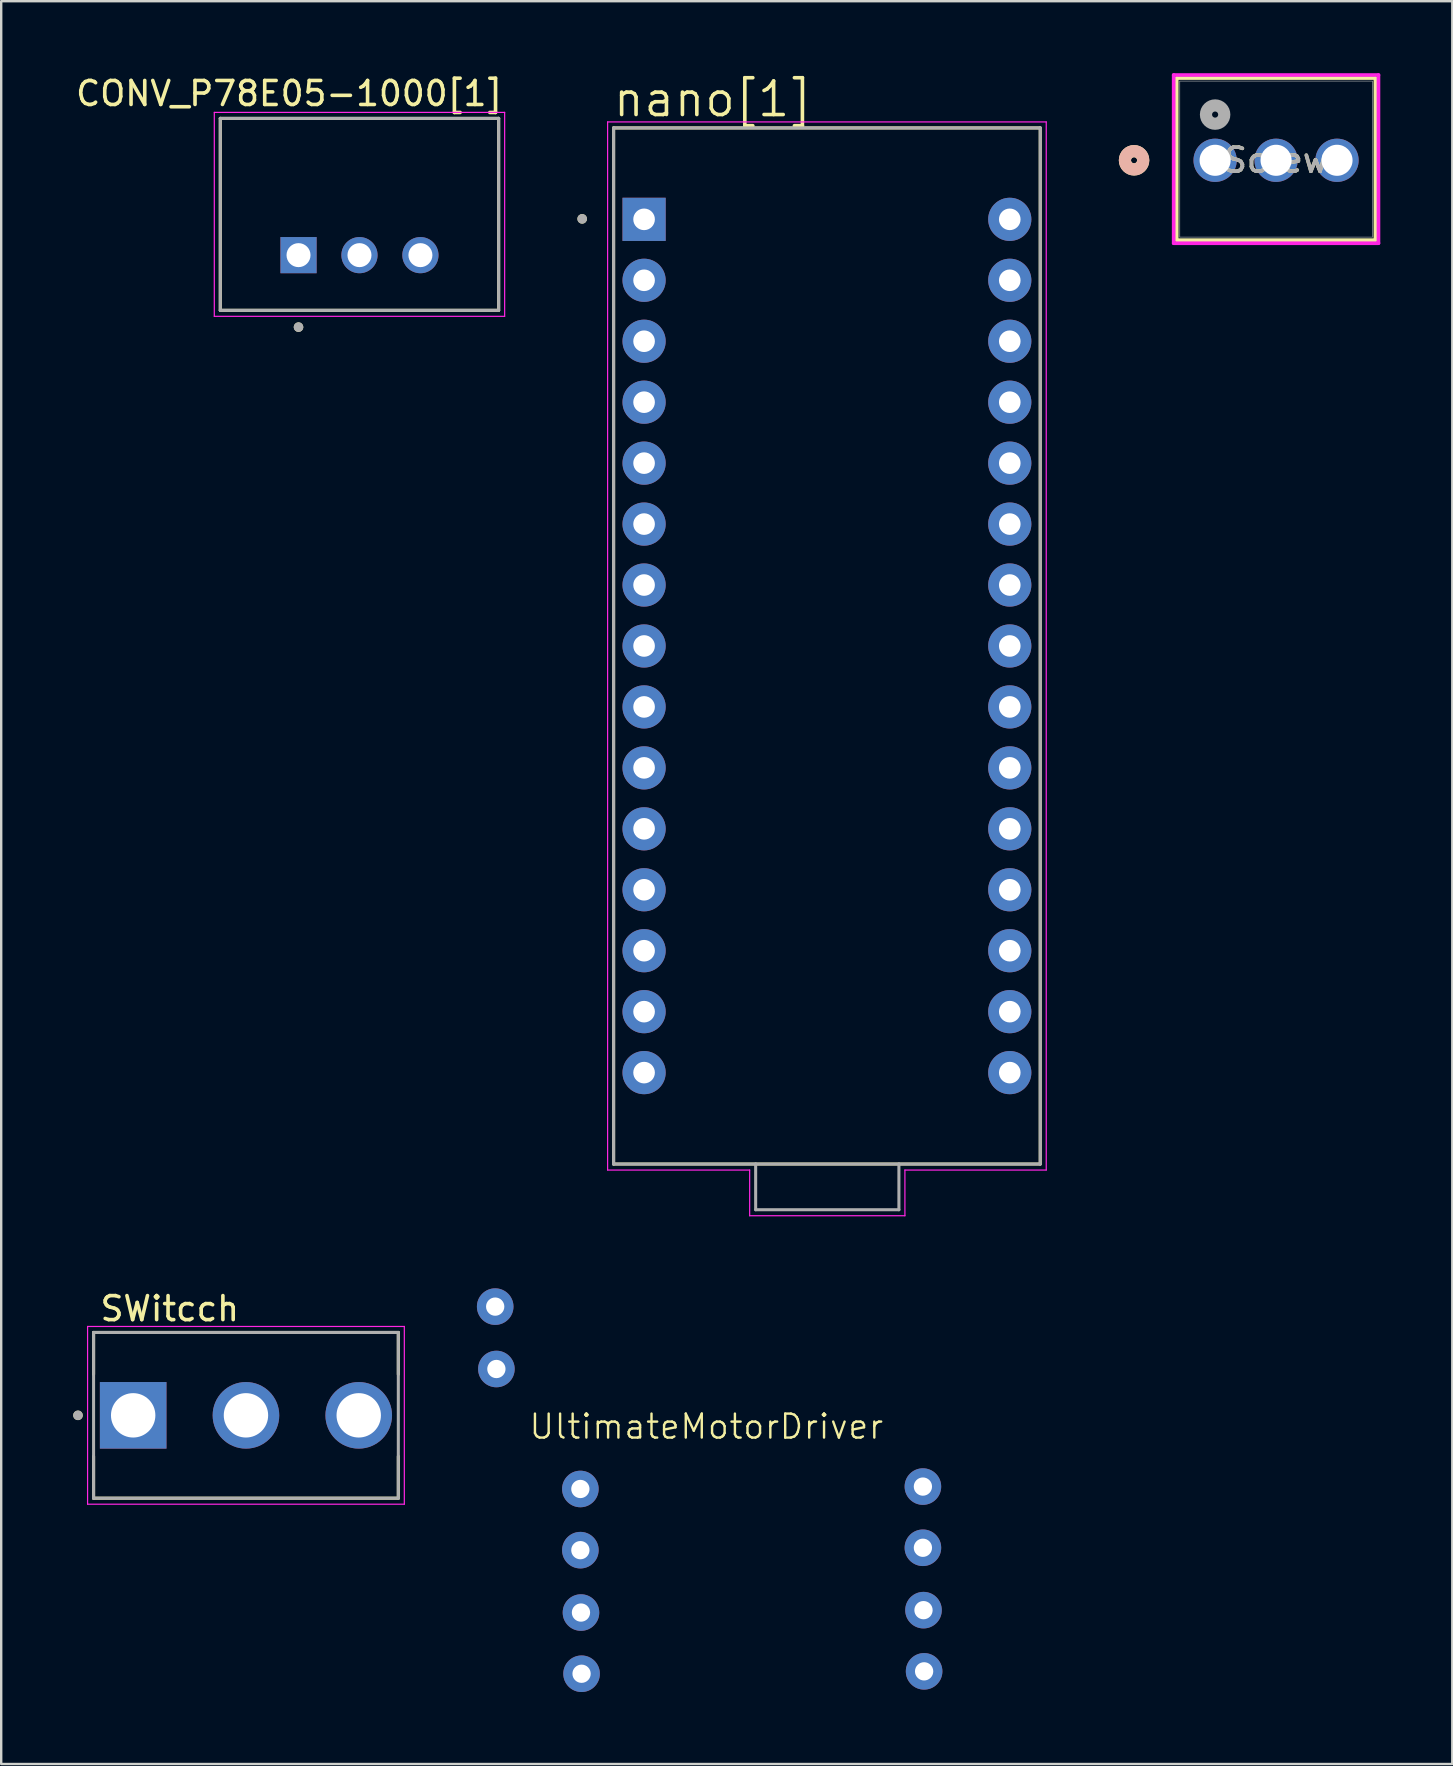
<source format=kicad_pcb>
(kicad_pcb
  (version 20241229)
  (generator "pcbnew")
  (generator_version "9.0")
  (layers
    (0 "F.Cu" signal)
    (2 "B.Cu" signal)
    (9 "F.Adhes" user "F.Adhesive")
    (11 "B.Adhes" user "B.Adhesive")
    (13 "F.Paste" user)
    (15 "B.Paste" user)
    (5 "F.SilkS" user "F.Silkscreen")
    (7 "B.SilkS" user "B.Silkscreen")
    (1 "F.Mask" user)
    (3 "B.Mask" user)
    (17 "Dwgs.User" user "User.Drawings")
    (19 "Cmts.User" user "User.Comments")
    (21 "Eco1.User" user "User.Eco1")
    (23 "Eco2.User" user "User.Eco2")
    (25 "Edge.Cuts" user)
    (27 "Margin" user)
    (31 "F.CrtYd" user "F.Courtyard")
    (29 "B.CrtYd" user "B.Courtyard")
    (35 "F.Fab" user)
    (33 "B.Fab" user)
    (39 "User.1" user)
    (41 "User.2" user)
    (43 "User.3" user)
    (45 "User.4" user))
  (footprint "nano[1]"
    (layer "F.Cu")
    (at 31.412 23.871)
    (property "Reference" "nano[1]" (at -4.755 -22.789 0) (layer "F.SilkS") (effects (font (size 1.4 1.4) (thickness 0.15))))
    (attr through_hole)
    (fp_line (start -8.89 -21.59) (end 8.89 -21.59) (stroke (width 0.127) (type solid)) (layer "F.SilkS"))
    (fp_line (start -8.89 21.59) (end -8.89 -21.59) (stroke (width 0.127) (type solid)) (layer "F.SilkS"))
    (fp_line (start 8.89 -21.59) (end 8.89 21.59) (stroke (width 0.127) (type solid)) (layer "F.SilkS"))
    (fp_line (start 8.89 21.59) (end -8.89 21.59) (stroke (width 0.127) (type solid)) (layer "F.SilkS"))
    (fp_circle (center -10.2 -17.8) (end -10.1 -17.8) (stroke (width 0.2) (type solid)) (fill no) (layer "F.SilkS"))
    (fp_line (start -9.14 -21.84) (end 9.14 -21.84) (stroke (width 0.05) (type solid)) (layer "F.CrtYd"))
    (fp_line (start -9.14 21.84) (end -9.14 -21.84) (stroke (width 0.05) (type solid)) (layer "F.CrtYd"))
    (fp_line (start -9.14 21.84) (end -3.22 21.84) (stroke (width 0.05) (type solid)) (layer "F.CrtYd"))
    (fp_line (start -3.22 21.84) (end -3.22 23.745) (stroke (width 0.05) (type solid)) (layer "F.CrtYd"))
    (fp_line (start -3.22 23.745) (end 3.25 23.745) (stroke (width 0.05) (type solid)) (layer "F.CrtYd"))
    (fp_line (start 3.25 21.84) (end 9.14 21.84) (stroke (width 0.05) (type solid)) (layer "F.CrtYd"))
    (fp_line (start 3.25 23.745) (end 3.25 21.84) (stroke (width 0.05) (type solid)) (layer "F.CrtYd"))
    (fp_line (start 9.14 -21.84) (end 9.14 21.84) (stroke (width 0.05) (type solid)) (layer "F.CrtYd"))
    (fp_line (start -8.89 -21.59) (end 8.89 -21.59) (stroke (width 0.127) (type solid)) (layer "F.Fab"))
    (fp_line (start -8.89 21.59) (end -8.89 -21.59) (stroke (width 0.127) (type solid)) (layer "F.Fab"))
    (fp_line (start -2.97 21.59) (end -8.89 21.59) (stroke (width 0.127) (type solid)) (layer "F.Fab"))
    (fp_line (start -2.97 21.59) (end -2.97 23.495) (stroke (width 0.127) (type solid)) (layer "F.Fab"))
    (fp_line (start -2.97 23.495) (end 3 23.495) (stroke (width 0.127) (type solid)) (layer "F.Fab"))
    (fp_line (start 3 21.59) (end -2.97 21.59) (stroke (width 0.127) (type solid)) (layer "F.Fab"))
    (fp_line (start 3 23.495) (end 3 21.59) (stroke (width 0.127) (type solid)) (layer "F.Fab"))
    (fp_line (start 8.89 -21.59) (end 8.89 21.59) (stroke (width 0.127) (type solid)) (layer "F.Fab"))
    (fp_line (start 8.89 21.59) (end 3 21.59) (stroke (width 0.127) (type solid)) (layer "F.Fab"))
    (fp_circle (center -10.2 -17.8) (end -10.1 -17.8) (stroke (width 0.2) (type solid)) (fill no) (layer "F.Fab"))
    (pad "1" thru_hole rect (at -7.62 -17.78) (size 1.8 1.8) (drill 0.9) (layers "*.Cu" "*.Mask"))
    (pad "2" thru_hole circle (at -7.62 -15.24) (size 1.8 1.8) (drill 0.9) (layers "*.Cu" "*.Mask"))
    (pad "3" thru_hole circle (at -7.62 -12.7) (size 1.8 1.8) (drill 0.9) (layers "*.Cu" "*.Mask"))
    (pad "4" thru_hole circle (at -7.62 -10.16) (size 1.8 1.8) (drill 0.9) (layers "*.Cu" "*.Mask"))
    (pad "5" thru_hole circle (at -7.62 -7.62) (size 1.8 1.8) (drill 0.9) (layers "*.Cu" "*.Mask"))
    (pad "6" thru_hole circle (at -7.62 -5.08) (size 1.8 1.8) (drill 0.9) (layers "*.Cu" "*.Mask"))
    (pad "7" thru_hole circle (at -7.62 -2.54) (size 1.8 1.8) (drill 0.9) (layers "*.Cu" "*.Mask"))
    (pad "8" thru_hole circle (at -7.62 0) (size 1.8 1.8) (drill 0.9) (layers "*.Cu" "*.Mask"))
    (pad "9" thru_hole circle (at -7.62 2.54) (size 1.8 1.8) (drill 0.9) (layers "*.Cu" "*.Mask"))
    (pad "10" thru_hole circle (at -7.62 5.08) (size 1.8 1.8) (drill 0.9) (layers "*.Cu" "*.Mask"))
    (pad "11" thru_hole circle (at -7.62 7.62) (size 1.8 1.8) (drill 0.9) (layers "*.Cu" "*.Mask"))
    (pad "12" thru_hole circle (at -7.62 10.16) (size 1.8 1.8) (drill 0.9) (layers "*.Cu" "*.Mask"))
    (pad "13" thru_hole circle (at -7.62 12.7) (size 1.8 1.8) (drill 0.9) (layers "*.Cu" "*.Mask"))
    (pad "14" thru_hole circle (at -7.62 15.24) (size 1.8 1.8) (drill 0.9) (layers "*.Cu" "*.Mask"))
    (pad "15" thru_hole circle (at -7.62 17.78) (size 1.8 1.8) (drill 0.9) (layers "*.Cu" "*.Mask"))
    (pad "16" thru_hole circle (at 7.62 17.78) (size 1.8 1.8) (drill 0.9) (layers "*.Cu" "*.Mask"))
    (pad "17" thru_hole circle (at 7.62 15.24) (size 1.8 1.8) (drill 0.9) (layers "*.Cu" "*.Mask"))
    (pad "18" thru_hole circle (at 7.62 12.7) (size 1.8 1.8) (drill 0.9) (layers "*.Cu" "*.Mask"))
    (pad "19" thru_hole circle (at 7.62 10.16) (size 1.8 1.8) (drill 0.9) (layers "*.Cu" "*.Mask"))
    (pad "20" thru_hole circle (at 7.62 7.62) (size 1.8 1.8) (drill 0.9) (layers "*.Cu" "*.Mask"))
    (pad "21" thru_hole circle (at 7.62 5.08) (size 1.8 1.8) (drill 0.9) (layers "*.Cu" "*.Mask"))
    (pad "22" thru_hole circle (at 7.62 2.54) (size 1.8 1.8) (drill 0.9) (layers "*.Cu" "*.Mask"))
    (pad "23" thru_hole circle (at 7.62 0) (size 1.8 1.8) (drill 0.9) (layers "*.Cu" "*.Mask"))
    (pad "24" thru_hole circle (at 7.62 -2.54) (size 1.8 1.8) (drill 0.9) (layers "*.Cu" "*.Mask"))
    (pad "25" thru_hole circle (at 7.62 -5.08) (size 1.8 1.8) (drill 0.9) (layers "*.Cu" "*.Mask"))
    (pad "26" thru_hole circle (at 7.62 -7.62) (size 1.8 1.8) (drill 0.9) (layers "*.Cu" "*.Mask"))
    (pad "27" thru_hole circle (at 7.62 -10.16) (size 1.8 1.8) (drill 0.9) (layers "*.Cu" "*.Mask"))
    (pad "28" thru_hole circle (at 7.62 -12.7) (size 1.8 1.8) (drill 0.9) (layers "*.Cu" "*.Mask"))
    (pad "29" thru_hole circle (at 7.62 -15.24) (size 1.8 1.8) (drill 0.9) (layers "*.Cu" "*.Mask"))
    (pad "30" thru_hole circle (at 7.62 -17.78) (size 1.8 1.8) (drill 0.9) (layers "*.Cu" "*.Mask")))
  (footprint "UltimateMotorDriver"
    (layer "F.Cu")
    (at 26.387 56.903)
    (property "Reference" "UltimateMotorDriver" (at 0 -0.5 0) (unlocked yes) (layer "F.SilkS") (effects (font (size 1 1) (thickness 0.1))))
    (attr through_hole)
    (pad "1" thru_hole circle (at -8.8 -5.5) (size 1.524 1.524) (drill 0.762) (layers "*.Cu" "*.Mask"))
    (pad "2" thru_hole circle (at -8.75 -2.9) (size 1.524 1.524) (drill 0.762) (layers "*.Cu" "*.Mask"))
    (pad "3" thru_hole circle (at -5.25 2.1) (size 1.524 1.524) (drill 0.762) (layers "*.Cu" "*.Mask"))
    (pad "4" thru_hole circle (at -5.25 4.65) (size 1.524 1.524) (drill 0.762) (layers "*.Cu" "*.Mask"))
    (pad "5" thru_hole circle (at -5.225 7.25) (size 1.524 1.524) (drill 0.762) (layers "*.Cu" "*.Mask"))
    (pad "6" thru_hole circle (at -5.2 9.8) (size 1.524 1.524) (drill 0.762) (layers "*.Cu" "*.Mask"))
    (pad "7" thru_hole circle (at 9.025 2) (size 1.524 1.524) (drill 0.762) (layers "*.Cu" "*.Mask"))
    (pad "8" thru_hole circle (at 9.025 4.55) (size 1.524 1.524) (drill 0.762) (layers "*.Cu" "*.Mask"))
    (pad "9" thru_hole circle (at 9.05 7.15) (size 1.524 1.524) (drill 0.762) (layers "*.Cu" "*.Mask"))
    (pad "10" thru_hole circle (at 9.075 9.7) (size 1.524 1.524) (drill 0.762) (layers "*.Cu" "*.Mask")))
  (footprint "SWitcch"
    (layer "F.Cu")
    (at 7.2 55.934)
    (property "Reference" "SWitcch" (at -3.175 -4.445 0) (layer "F.SilkS") (effects (font (size 1 1) (thickness 0.15))))
    (attr through_hole)
    (fp_line (start -6.35 -3.454) (end 6.35 -3.454) (stroke (width 0.127) (type solid)) (layer "F.SilkS"))
    (fp_line (start -6.35 -1.708) (end -6.35 -3.454) (stroke (width 0.127) (type solid)) (layer "F.SilkS"))
    (fp_line (start -6.35 3.454) (end -6.35 1.708) (stroke (width 0.127) (type solid)) (layer "F.SilkS"))
    (fp_line (start 6.35 -3.454) (end 6.35 -1.708) (stroke (width 0.127) (type solid)) (layer "F.SilkS"))
    (fp_line (start 6.35 3.454) (end -6.35 3.454) (stroke (width 0.127) (type solid)) (layer "F.SilkS"))
    (fp_line (start 6.35 3.454) (end 6.35 1.708) (stroke (width 0.127) (type solid)) (layer "F.SilkS"))
    (fp_circle (center -7 0) (end -6.9 0) (stroke (width 0.2) (type solid)) (fill no) (layer "F.SilkS"))
    (fp_line (start -6.6 -3.704) (end -6.6 3.704) (stroke (width 0.05) (type solid)) (layer "F.CrtYd"))
    (fp_line (start -6.6 3.704) (end 6.6 3.704) (stroke (width 0.05) (type solid)) (layer "F.CrtYd"))
    (fp_line (start 6.6 -3.704) (end -6.6 -3.704) (stroke (width 0.05) (type solid)) (layer "F.CrtYd"))
    (fp_line (start 6.6 3.704) (end 6.6 -3.704) (stroke (width 0.05) (type solid)) (layer "F.CrtYd"))
    (fp_line (start -6.35 -3.454) (end 6.35 -3.454) (stroke (width 0.127) (type solid)) (layer "F.Fab"))
    (fp_line (start -6.35 3.454) (end -6.35 -3.454) (stroke (width 0.127) (type solid)) (layer "F.Fab"))
    (fp_line (start 6.35 -3.454) (end 6.35 3.454) (stroke (width 0.127) (type solid)) (layer "F.Fab"))
    (fp_line (start 6.35 3.454) (end -6.35 3.454) (stroke (width 0.127) (type solid)) (layer "F.Fab"))
    (fp_circle (center -7 0) (end -6.9 0) (stroke (width 0.2) (type solid)) (fill no) (layer "F.Fab"))
    (pad "1" thru_hole rect (at -4.7 0) (size 2.775 2.775) (drill 1.85) (layers "*.Cu" "*.Mask"))
    (pad "2" thru_hole circle (at 0 0) (size 2.775 2.775) (drill 1.85) (layers "*.Cu" "*.Mask"))
    (pad "3" thru_hole circle (at 4.7 0) (size 2.775 2.775) (drill 1.85) (layers "*.Cu" "*.Mask")))
  (footprint "CONV_P78E05-1000[1]"
    (layer "F.Cu")
    (at 11.931 7.583)
    (property "Reference" "CONV_P78E05-1000[1]" (at -2.925 -6.735 0) (layer "F.SilkS") (effects (font (size 1 1) (thickness 0.15))))
    (attr through_hole)
    (fp_line (start -5.8 -5.7) (end 5.8 -5.7) (stroke (width 0.127) (type solid)) (layer "F.SilkS"))
    (fp_line (start -5.8 2.3) (end -5.8 -5.7) (stroke (width 0.127) (type solid)) (layer "F.SilkS"))
    (fp_line (start 5.8 -5.7) (end 5.8 2.3) (stroke (width 0.127) (type solid)) (layer "F.SilkS"))
    (fp_line (start 5.8 2.3) (end -5.8 2.3) (stroke (width 0.127) (type solid)) (layer "F.SilkS"))
    (fp_circle (center -2.54 3) (end -2.44 3) (stroke (width 0.2) (type solid)) (fill no) (layer "F.SilkS"))
    (fp_line (start -6.05 -5.95) (end 6.05 -5.95) (stroke (width 0.05) (type solid)) (layer "F.CrtYd"))
    (fp_line (start -6.05 2.55) (end -6.05 -5.95) (stroke (width 0.05) (type solid)) (layer "F.CrtYd"))
    (fp_line (start 6.05 -5.95) (end 6.05 2.55) (stroke (width 0.05) (type solid)) (layer "F.CrtYd"))
    (fp_line (start 6.05 2.55) (end -6.05 2.55) (stroke (width 0.05) (type solid)) (layer "F.CrtYd"))
    (fp_line (start -5.8 -5.7) (end 5.8 -5.7) (stroke (width 0.127) (type solid)) (layer "F.Fab"))
    (fp_line (start -5.8 2.3) (end -5.8 -5.7) (stroke (width 0.127) (type solid)) (layer "F.Fab"))
    (fp_line (start 5.8 -5.7) (end 5.8 2.3) (stroke (width 0.127) (type solid)) (layer "F.Fab"))
    (fp_line (start 5.8 2.3) (end -5.8 2.3) (stroke (width 0.127) (type solid)) (layer "F.Fab"))
    (fp_circle (center -2.54 3) (end -2.44 3) (stroke (width 0.2) (type solid)) (fill no) (layer "F.Fab"))
    (pad "1" thru_hole rect (at -2.54 0) (size 1.508 1.508) (drill 1) (layers "*.Cu" "*.Mask"))
    (pad "2" thru_hole circle (at 0 0) (size 1.508 1.508) (drill 1) (layers "*.Cu" "*.Mask"))
    (pad "3" thru_hole circle (at 2.54 0) (size 1.508 1.508) (drill 1) (layers "*.Cu" "*.Mask")))
  (footprint "Screw"
    (layer "F.Cu")
    (at 47.59 3.63)
    (property "Reference" "Screw" (at 2.54 0 0) (unlocked yes) (layer "F.SilkS") (effects (font (size 1 1) (thickness 0.15))))
    (attr through_hole)
    (fp_line (start -1.6 -3.427) (end -1.6 3.329) (stroke (width 0.152) (type solid)) (layer "F.SilkS"))
    (fp_line (start -1.6 3.329) (end 6.68 3.329) (stroke (width 0.152) (type solid)) (layer "F.SilkS"))
    (fp_line (start 6.68 -3.427) (end -1.6 -3.427) (stroke (width 0.152) (type solid)) (layer "F.SilkS"))
    (fp_line (start 6.68 3.329) (end 6.68 -3.427) (stroke (width 0.152) (type solid)) (layer "F.SilkS"))
    (fp_circle (center -3.378 0) (end -2.997 0) (stroke (width 0.508) (type solid)) (fill no) (layer "F.SilkS"))
    (fp_circle (center -3.378 0) (end -2.997 0) (stroke (width 0.508) (type solid)) (fill no) (layer "B.SilkS"))
    (fp_line (start -1.727 -3.554) (end -1.727 3.456) (stroke (width 0.152) (type solid)) (layer "F.CrtYd"))
    (fp_line (start -1.727 3.456) (end 6.807 3.456) (stroke (width 0.152) (type solid)) (layer "F.CrtYd"))
    (fp_line (start 6.807 -3.554) (end -1.727 -3.554) (stroke (width 0.152) (type solid)) (layer "F.CrtYd"))
    (fp_line (start 6.807 3.456) (end 6.807 -3.554) (stroke (width 0.152) (type solid)) (layer "F.CrtYd"))
    (fp_line (start -1.473 -3.3) (end -1.473 3.202) (stroke (width 0.025) (type solid)) (layer "F.Fab"))
    (fp_line (start -1.473 3.202) (end 6.553 3.202) (stroke (width 0.025) (type solid)) (layer "F.Fab"))
    (fp_line (start 6.553 -3.3) (end -1.473 -3.3) (stroke (width 0.025) (type solid)) (layer "F.Fab"))
    (fp_line (start 6.553 3.202) (end 6.553 -3.3) (stroke (width 0.025) (type solid)) (layer "F.Fab"))
    (fp_circle (center 0 -1.905) (end 0.381 -1.905) (stroke (width 0.508) (type solid)) (fill no) (layer "F.Fab"))
    (fp_text user "${REFERENCE}" (at 2.54 0 0) (unlocked yes) (layer "F.Fab") (effects (font (size 1 1) (thickness 0.15))))
    (pad "1" thru_hole circle (at 0 0) (size 1.803 1.803) (drill 1.295) (layers "*.Cu" "*.Mask"))
    (pad "2" thru_hole circle (at 2.54 0) (size 1.803 1.803) (drill 1.295) (layers "*.Cu" "*.Mask"))
    (pad "3" thru_hole circle (at 5.08 0) (size 1.803 1.803) (drill 1.295) (layers "*.Cu" "*.Mask")))
  (gr_rect
    (start -3 -3)
    (end 57.474 70.465)
    (stroke (width 0.1) (type default))
    (fill no)
    (layer "Edge.Cuts")))
</source>
